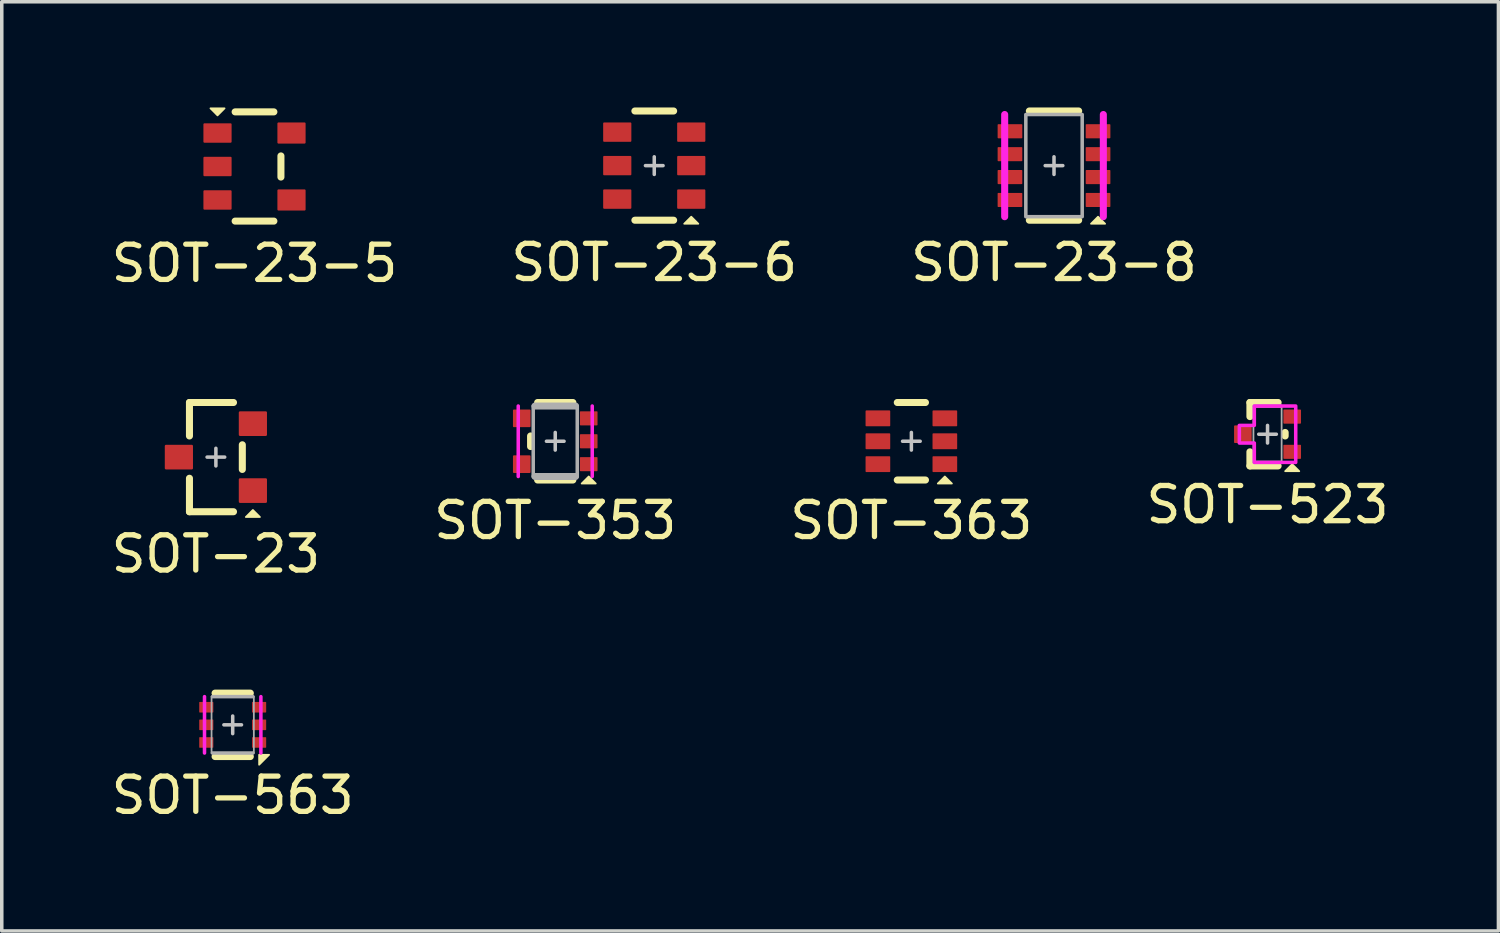
<source format=kicad_pcb>
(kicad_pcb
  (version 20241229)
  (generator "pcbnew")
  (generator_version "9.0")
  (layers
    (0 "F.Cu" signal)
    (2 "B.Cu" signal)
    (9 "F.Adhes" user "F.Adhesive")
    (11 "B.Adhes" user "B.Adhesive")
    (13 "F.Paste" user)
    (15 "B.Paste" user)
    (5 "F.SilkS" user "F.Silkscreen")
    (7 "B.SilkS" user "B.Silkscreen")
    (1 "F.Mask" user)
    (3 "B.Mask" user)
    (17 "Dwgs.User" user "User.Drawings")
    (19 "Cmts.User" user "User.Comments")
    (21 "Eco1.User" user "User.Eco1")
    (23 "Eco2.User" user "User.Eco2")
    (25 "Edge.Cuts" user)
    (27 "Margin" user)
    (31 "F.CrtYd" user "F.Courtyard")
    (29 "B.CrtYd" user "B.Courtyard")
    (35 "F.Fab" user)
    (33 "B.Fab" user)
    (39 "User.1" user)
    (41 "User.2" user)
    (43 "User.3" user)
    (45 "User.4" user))
  (footprint "SOT-23"
    (layer "F.Cu")
    (at 3.077 9.923)
    (property "Reference" "SOT-23" (at 0 2.75 0) (unlocked yes) (layer "F.SilkS") (effects (font (size 1 1) (thickness 0.15))))
    (attr smd)
    (fp_line (start -0.75 -1.55) (end 0.5 -1.55) (stroke (width 0.2) (type solid)) (layer "F.SilkS"))
    (fp_line (start -0.75 -0.6) (end -0.75 -1.55) (stroke (width 0.2) (type solid)) (layer "F.SilkS"))
    (fp_line (start -0.75 0.6) (end -0.75 1.55) (stroke (width 0.2) (type solid)) (layer "F.SilkS"))
    (fp_line (start -0.75 1.55) (end 0.5 1.55) (stroke (width 0.2) (type solid)) (layer "F.SilkS"))
    (fp_line (start 0.75 -0.35) (end 0.75 0.35) (stroke (width 0.2) (type solid)) (layer "F.SilkS"))
    (fp_poly (pts (xy 0.85 1.7) (xy 1.05 1.5) (xy 1.25 1.7)) (stroke (width 0.05) (type solid)) (fill yes) (layer "F.SilkS"))
    (fp_line (start -0.25 0) (end 0.25 0) (stroke (width 0.1) (type solid)) (layer "Dwgs.User"))
    (fp_line (start 0 -0.25) (end 0 0.25) (stroke (width 0.1) (type solid)) (layer "Dwgs.User"))
    (pad "1" smd roundrect (at 1.05 0.95) (size 0.8 0.7) (layers "F.Cu" "F.Mask" "F.Paste") (roundrect_rratio 0.05))
    (pad "2" smd roundrect (at 1.05 -0.95) (size 0.8 0.7) (layers "F.Cu" "F.Mask" "F.Paste") (roundrect_rratio 0.05))
    (pad "3" smd roundrect (at -1.05 0) (size 0.8 0.7) (layers "F.Cu" "F.Mask" "F.Paste") (roundrect_rratio 0.05)))
  (footprint "SOT-23-6"
    (layer "F.Cu")
    (at 15.518 1.65)
    (property "Reference" "SOT-23-6" (at 0 2.75 0) (unlocked yes) (layer "F.SilkS") (effects (font (size 1 1) (thickness 0.15))))
    (attr smd)
    (fp_line (start 0.55 -1.55) (end -0.55 -1.55) (stroke (width 0.2) (type solid)) (layer "F.SilkS"))
    (fp_line (start 0.55 1.55) (end -0.55 1.55) (stroke (width 0.2) (type solid)) (layer "F.SilkS"))
    (fp_poly (pts (xy 0.85 1.65) (xy 1.05 1.45) (xy 1.25 1.65)) (stroke (width 0.05) (type solid)) (fill yes) (layer "F.SilkS"))
    (fp_line (start 0 0.25) (end 0 -0.25) (stroke (width 0.1) (type solid)) (layer "Dwgs.User"))
    (fp_line (start 0.25 0) (end -0.25 0) (stroke (width 0.1) (type solid)) (layer "Dwgs.User"))
    (pad "1" smd roundrect (at 1.05 0.95 270) (size 0.55 0.8) (layers "F.Cu" "F.Mask" "F.Paste") (roundrect_rratio 0.05))
    (pad "2" smd roundrect (at 1.05 0 270) (size 0.55 0.8) (layers "F.Cu" "F.Mask" "F.Paste") (roundrect_rratio 0.05))
    (pad "3" smd roundrect (at 1.05 -0.95 270) (size 0.55 0.8) (layers "F.Cu" "F.Mask" "F.Paste") (roundrect_rratio 0.05))
    (pad "4" smd roundrect (at -1.05 -0.95 270) (size 0.55 0.8) (layers "F.Cu" "F.Mask" "F.Paste") (roundrect_rratio 0.05))
    (pad "5" smd roundrect (at -1.05 0 270) (size 0.55 0.8) (layers "F.Cu" "F.Mask" "F.Paste") (roundrect_rratio 0.05))
    (pad "6" smd roundrect (at -1.05 0.95 270) (size 0.55 0.8) (layers "F.Cu" "F.Mask" "F.Paste") (roundrect_rratio 0.05)))
  (footprint "SOT-23-8"
    (layer "F.Cu")
    (at 26.863 1.65)
    (property "Reference" "SOT-23-8" (at 0 2.75 0) (unlocked yes) (layer "F.SilkS") (effects (font (size 1 1) (thickness 0.15))))
    (attr smd)
    (fp_line (start 0.7 -1.55) (end -0.7 -1.55) (stroke (width 0.2) (type solid)) (layer "F.SilkS"))
    (fp_line (start 0.7 1.55) (end -0.7 1.55) (stroke (width 0.2) (type solid)) (layer "F.SilkS"))
    (fp_poly (pts (xy 1.05 1.65) (xy 1.25 1.45) (xy 1.45 1.65)) (stroke (width 0.05) (type solid)) (fill yes) (layer "F.SilkS"))
    (fp_line (start 0 0.25) (end 0 -0.25) (stroke (width 0.1) (type solid)) (layer "Dwgs.User"))
    (fp_line (start 0.25 0) (end -0.25 0) (stroke (width 0.1) (type solid)) (layer "Dwgs.User"))
    (fp_line (start -1.4 -1.45) (end -1.4 1.45) (stroke (width 0.2) (type solid)) (layer "F.CrtYd"))
    (fp_line (start 1.4 -1.45) (end 1.4 1.45) (stroke (width 0.2) (type solid)) (layer "F.CrtYd"))
    (fp_rect (start -0.8 -1.45) (end 0.8 1.45) (stroke (width 0.1) (type solid)) (fill no) (layer "F.Fab"))
    (pad "1" smd roundrect (at 1.25 0.975) (size 0.7 0.4) (layers "F.Cu" "F.Mask" "F.Paste") (roundrect_rratio 0.05))
    (pad "2" smd roundrect (at 1.25 0.325) (size 0.7 0.4) (layers "F.Cu" "F.Mask" "F.Paste") (roundrect_rratio 0.05))
    (pad "3" smd roundrect (at 1.25 -0.325) (size 0.7 0.4) (layers "F.Cu" "F.Mask" "F.Paste") (roundrect_rratio 0.05))
    (pad "4" smd roundrect (at 1.25 -0.975) (size 0.7 0.4) (layers "F.Cu" "F.Mask" "F.Paste") (roundrect_rratio 0.05))
    (pad "5" smd roundrect (at -1.25 -0.975) (size 0.7 0.4) (layers "F.Cu" "F.Mask" "F.Paste") (roundrect_rratio 0.05))
    (pad "6" smd roundrect (at -1.25 -0.325) (size 0.7 0.4) (layers "F.Cu" "F.Mask" "F.Paste") (roundrect_rratio 0.05))
    (pad "7" smd roundrect (at -1.25 0.325) (size 0.7 0.4) (layers "F.Cu" "F.Mask" "F.Paste") (roundrect_rratio 0.05))
    (pad "8" smd roundrect (at -1.25 0.975) (size 0.7 0.4) (layers "F.Cu" "F.Mask" "F.Paste") (roundrect_rratio 0.05)))
  (footprint "SOT-23-5"
    (layer "F.Cu")
    (at 4.173 1.675)
    (property "Reference" "SOT-23-5" (at 0 2.75 0) (unlocked yes) (layer "F.SilkS") (effects (font (size 1 1) (thickness 0.15))))
    (attr smd)
    (fp_line (start -0.55 -1.55) (end 0.55 -1.55) (stroke (width 0.2) (type solid)) (layer "F.SilkS"))
    (fp_line (start -0.55 1.55) (end 0.55 1.55) (stroke (width 0.2) (type solid)) (layer "F.SilkS"))
    (fp_line (start 0.75 -0.3) (end 0.75 0.3) (stroke (width 0.2) (type solid)) (layer "F.SilkS"))
    (fp_poly (pts (xy -0.85 -1.65) (xy -1.05 -1.45) (xy -1.25 -1.65)) (stroke (width 0.05) (type solid)) (fill yes) (layer "F.SilkS"))
    (pad "1" smd roundrect (at -1.05 -0.95 90) (size 0.55 0.8) (layers "F.Cu" "F.Mask" "F.Paste") (roundrect_rratio 0.05))
    (pad "2" smd roundrect (at -1.05 0 90) (size 0.55 0.8) (layers "F.Cu" "F.Mask" "F.Paste") (roundrect_rratio 0.05))
    (pad "3" smd roundrect (at -1.05 0.95 90) (size 0.55 0.8) (layers "F.Cu" "F.Mask" "F.Paste") (roundrect_rratio 0.05))
    (pad "4" smd roundrect (at 1.05 0.95 90) (size 0.6 0.8) (layers "F.Cu" "F.Mask" "F.Paste") (roundrect_rratio 0.05))
    (pad "5" smd roundrect (at 1.05 -0.95 90) (size 0.6 0.8) (layers "F.Cu" "F.Mask" "F.Paste") (roundrect_rratio 0.05)))
  (footprint "SOT-563"
    (layer "F.Cu")
    (at 3.554 17.521)
    (property "Reference" "SOT-563" (at 0 2 0) (unlocked yes) (layer "F.SilkS") (effects (font (size 1 1) (thickness 0.15))))
    (attr smd)
    (fp_line (start 0.5 -0.9) (end -0.5 -0.9) (stroke (width 0.2) (type solid)) (layer "F.SilkS"))
    (fp_line (start 0.5 0.9) (end -0.5 0.9) (stroke (width 0.2) (type solid)) (layer "F.SilkS"))
    (fp_poly (pts (xy 0.75 1.133) (xy 0.75 0.85) (xy 1.033 0.85)) (stroke (width 0.05) (type solid)) (fill yes) (layer "F.SilkS"))
    (fp_line (start 0 0.25) (end 0 -0.25) (stroke (width 0.1) (type solid)) (layer "Dwgs.User"))
    (fp_line (start 0.25 0) (end -0.25 0) (stroke (width 0.1) (type solid)) (layer "Dwgs.User"))
    (fp_line (start -0.8 -0.8) (end -0.8 0.8) (stroke (width 0.1) (type solid)) (layer "F.CrtYd"))
    (fp_line (start 0.8 -0.8) (end 0.8 0.8) (stroke (width 0.1) (type solid)) (layer "F.CrtYd"))
    (fp_line (start -0.6 -0.8) (end -0.6 0.8) (stroke (width 0.05) (type solid)) (layer "F.Fab"))
    (fp_line (start -0.575 -0.8) (end 0.575 -0.8) (stroke (width 0.1) (type solid)) (layer "F.Fab"))
    (fp_line (start -0.575 0.8) (end 0.575 0.8) (stroke (width 0.1) (type solid)) (layer "F.Fab"))
    (fp_line (start 0.6 -0.8) (end 0.6 0.8) (stroke (width 0.05) (type solid)) (layer "F.Fab"))
    (pad "1" smd roundrect (at 0.75 0.5) (size 0.4 0.3) (layers "F.Cu" "F.Mask" "F.Paste") (roundrect_rratio 0.05))
    (pad "2" smd roundrect (at 0.75 0) (size 0.4 0.3) (layers "F.Cu" "F.Mask" "F.Paste") (roundrect_rratio 0.05))
    (pad "3" smd roundrect (at 0.75 -0.5) (size 0.4 0.3) (layers "F.Cu" "F.Mask" "F.Paste") (roundrect_rratio 0.05))
    (pad "4" smd roundrect (at -0.75 -0.5) (size 0.4 0.3) (layers "F.Cu" "F.Mask" "F.Paste") (roundrect_rratio 0.05))
    (pad "5" smd roundrect (at -0.75 0) (size 0.4 0.3) (layers "F.Cu" "F.Mask" "F.Paste") (roundrect_rratio 0.05))
    (pad "6" smd roundrect (at -0.75 0.5) (size 0.4 0.3) (layers "F.Cu" "F.Mask" "F.Paste") (roundrect_rratio 0.05)))
  (footprint "SOT-353"
    (layer "F.Cu")
    (at 12.708 9.473)
    (property "Reference" "SOT-353" (at 0 2.25 0) (unlocked yes) (layer "F.SilkS") (effects (font (size 1 1) (thickness 0.15))))
    (attr smd)
    (fp_line (start -0.7 0.15) (end -0.7 -0.15) (stroke (width 0.2) (type solid)) (layer "F.SilkS"))
    (fp_line (start 0.5 -1.1) (end -0.5 -1.1) (stroke (width 0.2) (type solid)) (layer "F.SilkS"))
    (fp_line (start 0.5 1.1) (end -0.5 1.1) (stroke (width 0.2) (type solid)) (layer "F.SilkS"))
    (fp_poly (pts (xy 0.75 1.2) (xy 0.95 1) (xy 1.15 1.2)) (stroke (width 0.05) (type solid)) (fill yes) (layer "F.SilkS"))
    (fp_line (start 0 0.25) (end 0 -0.25) (stroke (width 0.1) (type solid)) (layer "Dwgs.User"))
    (fp_line (start 0.25 0) (end -0.25 0) (stroke (width 0.1) (type solid)) (layer "Dwgs.User"))
    (fp_line (start -1.05 -1) (end -1.05 1) (stroke (width 0.1) (type solid)) (layer "F.CrtYd"))
    (fp_line (start 1.05 -1) (end 1.05 1) (stroke (width 0.1) (type solid)) (layer "F.CrtYd"))
    (fp_line (start -0.625 -1) (end -0.625 1) (stroke (width 0.1) (type solid)) (layer "F.Fab"))
    (fp_line (start -0.575 -1) (end 0.575 -1) (stroke (width 0.2) (type solid)) (layer "F.Fab"))
    (fp_line (start -0.575 1) (end 0.575 1) (stroke (width 0.2) (type solid)) (layer "F.Fab"))
    (fp_line (start 0.625 1) (end 0.625 -1) (stroke (width 0.1) (type solid)) (layer "F.Fab"))
    (pad "1" smd roundrect (at 0.95 0.65) (size 0.5 0.4) (layers "F.Cu" "F.Mask" "F.Paste") (roundrect_rratio 0.05))
    (pad "2" smd roundrect (at 0.95 0) (size 0.5 0.4) (layers "F.Cu" "F.Mask" "F.Paste") (roundrect_rratio 0.05))
    (pad "3" smd roundrect (at 0.95 -0.65) (size 0.5 0.4) (layers "F.Cu" "F.Mask" "F.Paste") (roundrect_rratio 0.05))
    (pad "4" smd roundrect (at -0.95 -0.65) (size 0.5 0.5) (layers "F.Cu" "F.Mask" "F.Paste") (roundrect_rratio 0.05))
    (pad "5" smd roundrect (at -0.95 0.65) (size 0.5 0.5) (layers "F.Cu" "F.Mask" "F.Paste") (roundrect_rratio 0.05)))
  (footprint "SOT-523"
    (layer "F.Cu")
    (at 32.923 9.273)
    (property "Reference" "SOT-523" (at 0 2 0) (unlocked yes) (layer "F.SilkS") (effects (font (size 1 1) (thickness 0.15))))
    (attr smd)
    (fp_line (start -0.5 -0.9) (end 0.3 -0.9) (stroke (width 0.2) (type solid)) (layer "F.SilkS"))
    (fp_line (start -0.5 -0.5) (end -0.5 -0.9) (stroke (width 0.2) (type solid)) (layer "F.SilkS"))
    (fp_line (start -0.5 0.5) (end -0.5 0.9) (stroke (width 0.2) (type solid)) (layer "F.SilkS"))
    (fp_line (start -0.5 0.9) (end 0.3 0.9) (stroke (width 0.2) (type solid)) (layer "F.SilkS"))
    (fp_line (start 0.5 -0.05) (end 0.5 0.05) (stroke (width 0.2) (type solid)) (layer "F.SilkS"))
    (fp_poly (pts (xy 0.5 1.05) (xy 0.7 0.85) (xy 0.9 1.05)) (stroke (width 0.05) (type solid)) (fill yes) (layer "F.SilkS"))
    (fp_line (start -0.25 0) (end 0.25 0) (stroke (width 0.1) (type solid)) (layer "Dwgs.User"))
    (fp_line (start 0 -0.25) (end 0 0.25) (stroke (width 0.1) (type solid)) (layer "Dwgs.User"))
    (fp_poly (pts (xy 0.8 0.8) (xy -0.375 0.8) (xy -0.375 0.25) (xy -0.8 0.25) (xy -0.8 -0.25) (xy -0.375 -0.25) (xy -0.375 -0.8) (xy 0.8 -0.8)) (stroke (width 0.1) (type solid)) (fill no) (layer "F.CrtYd"))
    (fp_line (start -0.4 -0.8) (end -0.4 0.8) (stroke (width 0.05) (type solid)) (layer "F.Fab"))
    (fp_line (start -0.375 -0.8) (end 0.375 -0.8) (stroke (width 0.1) (type solid)) (layer "F.Fab"))
    (fp_line (start -0.375 0.8) (end 0.375 0.8) (stroke (width 0.1) (type solid)) (layer "F.Fab"))
    (fp_line (start 0.4 -0.8) (end 0.4 0.8) (stroke (width 0.05) (type solid)) (layer "F.Fab"))
    (pad "1" smd roundrect (at 0.7 0.5) (size 0.5 0.4) (layers "F.Cu" "F.Mask" "F.Paste") (roundrect_rratio 0.05))
    (pad "2" smd roundrect (at 0.7 -0.5) (size 0.5 0.4) (layers "F.Cu" "F.Mask" "F.Paste") (roundrect_rratio 0.05))
    (pad "3" smd roundrect (at -0.7 0) (size 0.5 0.5) (layers "F.Cu" "F.Mask" "F.Paste") (roundrect_rratio 0.05)))
  (footprint "SOT-363"
    (layer "F.Cu")
    (at 22.815 9.473)
    (property "Reference" "SOT-363" (at 0 2.25 0) (unlocked yes) (layer "F.SilkS") (effects (font (size 1 1) (thickness 0.15))))
    (attr smd)
    (fp_line (start 0.4 -1.1) (end -0.4 -1.1) (stroke (width 0.2) (type solid)) (layer "F.SilkS"))
    (fp_line (start 0.4 1.1) (end -0.4 1.1) (stroke (width 0.2) (type solid)) (layer "F.SilkS"))
    (fp_poly (pts (xy 0.75 1.2) (xy 0.95 1) (xy 1.15 1.2)) (stroke (width 0.05) (type solid)) (fill yes) (layer "F.SilkS"))
    (fp_line (start 0 0.25) (end 0 -0.25) (stroke (width 0.1) (type solid)) (layer "Dwgs.User"))
    (fp_line (start 0.25 0) (end -0.25 0) (stroke (width 0.1) (type solid)) (layer "Dwgs.User"))
    (pad "1" smd roundrect (at 0.95 0.65 270) (size 0.45 0.7) (layers "F.Cu" "F.Mask" "F.Paste") (roundrect_rratio 0.05))
    (pad "2" smd roundrect (at 0.95 0 270) (size 0.45 0.7) (layers "F.Cu" "F.Mask" "F.Paste") (roundrect_rratio 0.05))
    (pad "3" smd roundrect (at 0.95 -0.65 270) (size 0.45 0.7) (layers "F.Cu" "F.Mask" "F.Paste") (roundrect_rratio 0.05))
    (pad "4" smd roundrect (at -0.95 -0.65 270) (size 0.45 0.7) (layers "F.Cu" "F.Mask" "F.Paste") (roundrect_rratio 0.05))
    (pad "5" smd roundrect (at -0.95 0 270) (size 0.45 0.7) (layers "F.Cu" "F.Mask" "F.Paste") (roundrect_rratio 0.05))
    (pad "6" smd roundrect (at -0.95 0.65 270) (size 0.45 0.7) (layers "F.Cu" "F.Mask" "F.Paste") (roundrect_rratio 0.05)))
  (gr_rect
    (start -3 -3)
    (end 39.476 23.37)
    (stroke (width 0.1) (type default))
    (fill no)
    (layer "Edge.Cuts")))
</source>
